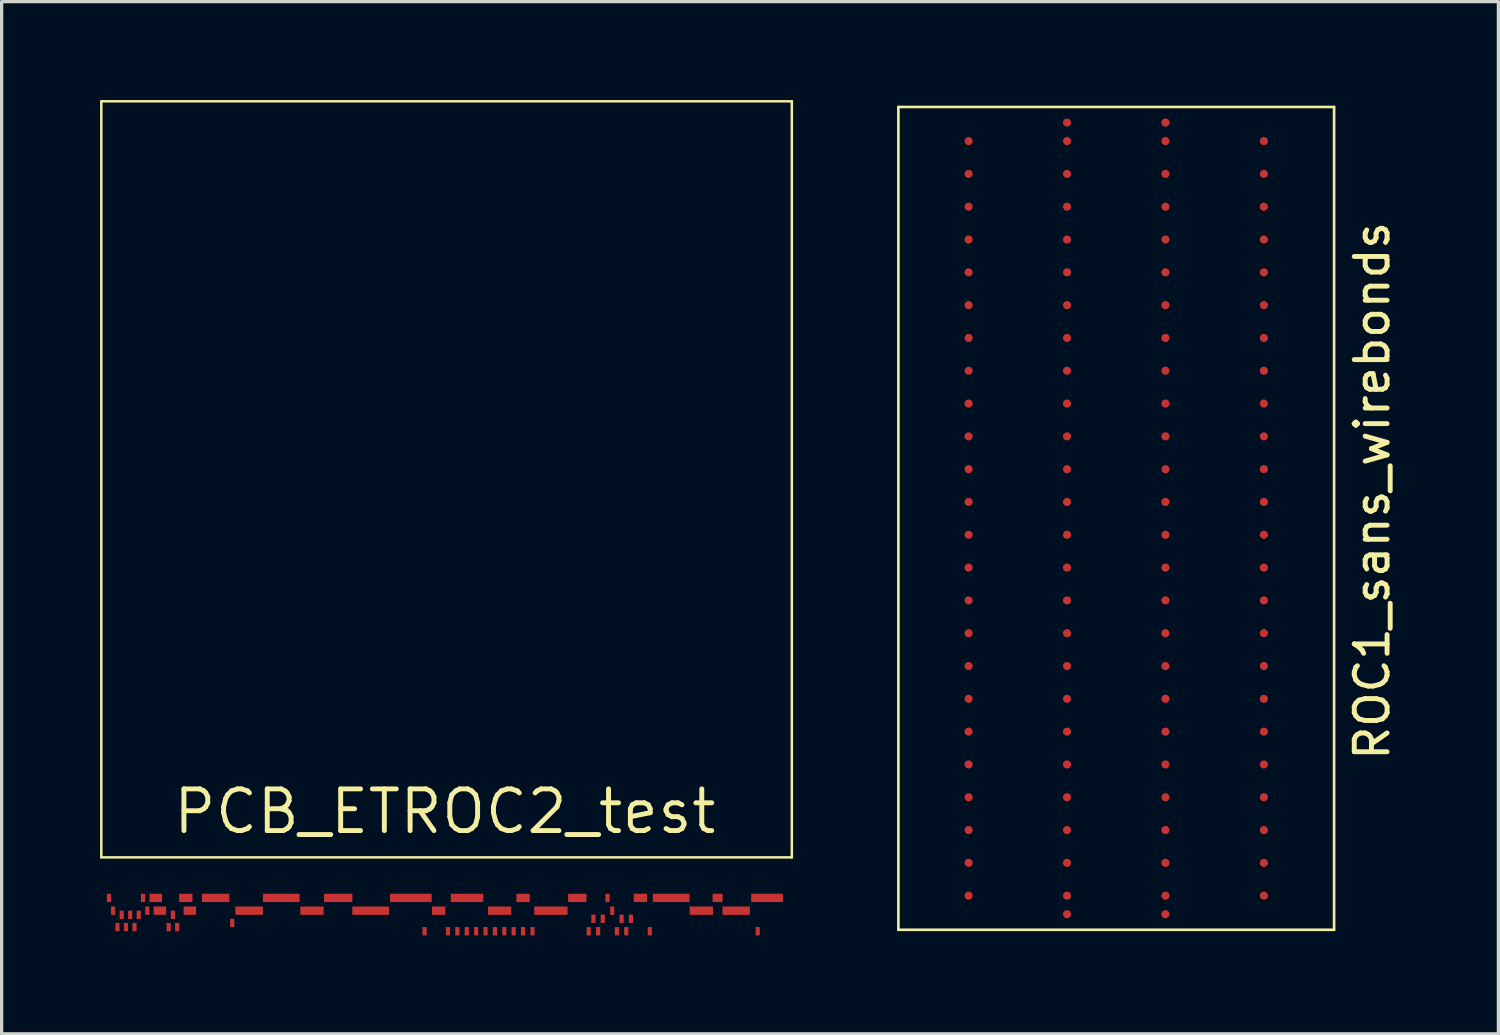
<source format=kicad_pcb>
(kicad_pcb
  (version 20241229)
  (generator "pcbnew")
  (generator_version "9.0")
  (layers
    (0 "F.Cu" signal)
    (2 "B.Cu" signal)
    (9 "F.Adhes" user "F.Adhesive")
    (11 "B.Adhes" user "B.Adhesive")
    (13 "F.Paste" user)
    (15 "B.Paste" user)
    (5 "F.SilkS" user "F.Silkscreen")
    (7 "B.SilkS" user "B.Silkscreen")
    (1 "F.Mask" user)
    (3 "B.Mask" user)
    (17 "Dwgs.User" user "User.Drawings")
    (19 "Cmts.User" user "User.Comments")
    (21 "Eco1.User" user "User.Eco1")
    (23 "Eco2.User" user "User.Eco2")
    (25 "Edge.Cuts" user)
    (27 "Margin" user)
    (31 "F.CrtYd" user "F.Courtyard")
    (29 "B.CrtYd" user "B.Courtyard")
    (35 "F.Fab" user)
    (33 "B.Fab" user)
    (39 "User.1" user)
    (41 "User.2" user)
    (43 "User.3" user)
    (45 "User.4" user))
  (footprint "PCB_ETROC2_test"
    (layer "F.Cu")
    (at 10.509 21.686)
    (property "Reference" "PCB_ETROC2_test" (at 0 0 0) (layer "F.SilkS") (effects (font (size 1.27 1.27) (thickness 0.15))))
    (attr through_hole)
    (fp_line (start -10.471 -21.648) (end 10.576 -21.648) (stroke (width 0.076) (type solid)) (layer "F.SilkS"))
    (fp_line (start -10.471 1.397) (end -10.471 -21.648) (stroke (width 0.076) (type solid)) (layer "F.SilkS"))
    (fp_line (start 10.576 -21.648) (end 10.576 1.397) (stroke (width 0.076) (type solid)) (layer "F.SilkS"))
    (fp_line (start 10.576 1.397) (end -10.471 1.397) (stroke (width 0.076) (type solid)) (layer "F.SilkS"))
    (pad "1" smd rect (at -10.24 2.632) (size 0.127 0.254) (layers "F.Cu" "F.Mask"))
    (pad "2" smd rect (at -10.11 3.021) (size 0.127 0.254) (layers "F.Cu" "F.Mask"))
    (pad "3" smd rect (at -9.98 3.521) (size 0.127 0.254) (layers "F.Cu" "F.Mask"))
    (pad "4" smd rect (at -9.849 3.148) (size 0.127 0.254) (layers "F.Cu" "F.Mask"))
    (pad "5" smd rect (at -9.719 3.521) (size 0.127 0.254) (layers "F.Cu" "F.Mask"))
    (pad "6" smd rect (at -9.59 3.148) (size 0.127 0.254) (layers "F.Cu" "F.Mask"))
    (pad "7" smd rect (at -9.46 3.521) (size 0.127 0.254) (layers "F.Cu" "F.Mask"))
    (pad "8" smd rect (at -9.33 3.148) (size 0.127 0.254) (layers "F.Cu" "F.Mask"))
    (pad "9" smd rect (at -9.199 2.632) (size 0.127 0.254) (layers "F.Cu" "F.Mask"))
    (pad "10" smd rect (at -9.069 3.021) (size 0.127 0.254) (layers "F.Cu" "F.Mask"))
    (pad "11" smd rect (at -8.81 2.632) (size 0.381 0.254) (layers "F.Cu" "F.Mask"))
    (pad "12" smd rect (at -8.686 3.021) (size 0.381 0.254) (layers "F.Cu" "F.Mask"))
    (pad "13" smd rect (at -8.419 3.521) (size 0.127 0.254) (layers "F.Cu" "F.Mask"))
    (pad "14" smd rect (at -8.289 3.148) (size 0.127 0.254) (layers "F.Cu" "F.Mask"))
    (pad "15" smd rect (at -8.16 3.521) (size 0.127 0.254) (layers "F.Cu" "F.Mask"))
    (pad "16" smd rect (at -7.896 2.632) (size 0.406 0.254) (layers "F.Cu" "F.Mask"))
    (pad "17" smd rect (at -7.773 3.021) (size 0.381 0.254) (layers "F.Cu" "F.Mask"))
    (pad "19" smd rect (at -6.987 2.632) (size 0.838 0.254) (layers "F.Cu" "F.Mask"))
    (pad "20" smd rect (at -6.481 3.394) (size 0.127 0.254) (layers "F.Cu" "F.Mask"))
    (pad "21" smd rect (at -5.965 3.021) (size 0.838 0.254) (layers "F.Cu" "F.Mask"))
    (pad "22" smd rect (at -4.986 2.632) (size 1.118 0.254) (layers "F.Cu" "F.Mask"))
    (pad "23" smd rect (at -4.05 3.021) (size 0.711 0.254) (layers "F.Cu" "F.Mask"))
    (pad "24" smd rect (at -3.251 2.632) (size 0.864 0.254) (layers "F.Cu" "F.Mask"))
    (pad "25" smd rect (at -2.262 3.021) (size 1.118 0.254) (layers "F.Cu" "F.Mask"))
    (pad "26" smd rect (at -1.038 2.632) (size 1.27 0.254) (layers "F.Cu" "F.Mask"))
    (pad "27" smd rect (at -0.619 3.648) (size 0.127 0.254) (layers "F.Cu" "F.Mask"))
    (pad "28" smd rect (at -0.19 3.021) (size 0.406 0.254) (layers "F.Cu" "F.Mask"))
    (pad "29" smd rect (at 0.096 3.648) (size 0.127 0.254) (layers "F.Cu" "F.Mask"))
    (pad "30" smd rect (at 0.382 3.648) (size 0.127 0.254) (layers "F.Cu" "F.Mask"))
    (pad "31" smd rect (at 0.668 3.648) (size 0.127 0.254) (layers "F.Cu" "F.Mask"))
    (pad "32" smd rect (at 0.677 2.632) (size 0.991 0.254) (layers "F.Cu" "F.Mask"))
    (pad "33" smd rect (at 0.954 3.648) (size 0.127 0.254) (layers "F.Cu" "F.Mask"))
    (pad "34" smd rect (at 1.24 3.648) (size 0.127 0.254) (layers "F.Cu" "F.Mask"))
    (pad "35" smd rect (at 1.526 3.648) (size 0.127 0.254) (layers "F.Cu" "F.Mask"))
    (pad "36" smd rect (at 1.669 3.021) (size 0.711 0.254) (layers "F.Cu" "F.Mask"))
    (pad "37" smd rect (at 1.812 3.648) (size 0.127 0.254) (layers "F.Cu" "F.Mask"))
    (pad "38" smd rect (at 2.098 3.648) (size 0.127 0.254) (layers "F.Cu" "F.Mask"))
    (pad "39" smd rect (at 2.384 2.632) (size 0.406 0.254) (layers "F.Cu" "F.Mask"))
    (pad "40" smd rect (at 2.384 3.648) (size 0.127 0.254) (layers "F.Cu" "F.Mask"))
    (pad "41" smd rect (at 2.67 3.648) (size 0.127 0.254) (layers "F.Cu" "F.Mask"))
    (pad "42" smd rect (at 3.231 3.021) (size 1.016 0.254) (layers "F.Cu" "F.Mask"))
    (pad "43" smd rect (at 4.036 2.632) (size 0.559 0.254) (layers "F.Cu" "F.Mask"))
    (pad "44" smd rect (at 4.386 3.648) (size 0.127 0.254) (layers "F.Cu" "F.Mask"))
    (pad "45" smd rect (at 4.529 3.267) (size 0.127 0.254) (layers "F.Cu" "F.Mask"))
    (pad "46" smd rect (at 4.672 3.648) (size 0.127 0.254) (layers "F.Cu" "F.Mask"))
    (pad "47" smd rect (at 4.815 3.267) (size 0.127 0.254) (layers "F.Cu" "F.Mask"))
    (pad "48" smd rect (at 4.958 2.632) (size 0.127 0.254) (layers "F.Cu" "F.Mask"))
    (pad "49" smd rect (at 5.101 3.021) (size 0.127 0.254) (layers "F.Cu" "F.Mask"))
    (pad "50" smd rect (at 5.244 3.648) (size 0.127 0.254) (layers "F.Cu" "F.Mask"))
    (pad "51" smd rect (at 5.387 3.267) (size 0.127 0.254) (layers "F.Cu" "F.Mask"))
    (pad "52" smd rect (at 5.53 3.648) (size 0.127 0.254) (layers "F.Cu" "F.Mask"))
    (pad "53" smd rect (at 5.673 3.267) (size 0.127 0.254) (layers "F.Cu" "F.Mask"))
    (pad "54" smd rect (at 5.959 2.632) (size 0.406 0.254) (layers "F.Cu" "F.Mask"))
    (pad "55" smd rect (at 6.245 3.648) (size 0.127 0.254) (layers "F.Cu" "F.Mask"))
    (pad "56" smd rect (at 6.898 2.632) (size 1.118 0.254) (layers "F.Cu" "F.Mask"))
    (pad "57" smd rect (at 7.819 3.021) (size 0.711 0.254) (layers "F.Cu" "F.Mask"))
    (pad "58" smd rect (at 8.314 2.632) (size 0.305 0.254) (layers "F.Cu" "F.Mask"))
    (pad "59" smd rect (at 8.88 3.021) (size 0.838 0.254) (layers "F.Cu" "F.Mask"))
    (pad "60" smd rect (at 9.535 3.648) (size 0.127 0.254) (layers "F.Cu" "F.Mask"))
    (pad "61" smd rect (at 9.821 2.632) (size 0.965 0.254) (layers "F.Cu" "F.Mask")))
  (footprint "ROC1_sans_wirebonds"
    (layer "F.Cu")
    (at 24.373 0.25)
    (property "Reference" "ROC1_sans_wirebonds" (at 14.4 11.66 90) (layer "F.SilkS") (effects (font (size 1 1) (thickness 0.15))))
    (attr through_hole)
    (fp_line (start -0.04 -0.04) (end 13.24 -0.04) (stroke (width 0.08) (type solid)) (layer "F.SilkS"))
    (fp_line (start -0.04 25.04) (end -0.04 -0.04) (stroke (width 0.08) (type solid)) (layer "F.SilkS"))
    (fp_line (start 13.24 -0.04) (end 13.24 25.04) (stroke (width 0.08) (type solid)) (layer "F.SilkS"))
    (fp_line (start 13.24 25.04) (end -0.04 25.04) (stroke (width 0.08) (type solid)) (layer "F.SilkS"))
    (pad "BB_1_0" smd roundrect (at 5.1 0.435) (size 0.25 0.25) (layers "F.Cu" "F.Mask" "F.Paste") (roundrect_rratio 0.5))
    (pad "BB_1_1" smd roundrect (at 8.1 0.435) (size 0.25 0.25) (layers "F.Cu" "F.Mask" "F.Paste") (roundrect_rratio 0.5))
    (pad "BB_4_0" smd roundrect (at 5.1 24.565) (size 0.25 0.25) (layers "F.Cu" "F.Mask" "F.Paste") (roundrect_rratio 0.5))
    (pad "BB_4_1" smd roundrect (at 8.1 24.565) (size 0.25 0.25) (layers "F.Cu" "F.Mask" "F.Paste") (roundrect_rratio 0.5))
    (pad "BB_6_0" smd roundrect (at 2.1 1) (size 0.25 0.25) (layers "F.Cu" "F.Mask" "F.Paste") (roundrect_rratio 0.5))
    (pad "BB_6_1" smd roundrect (at 2.1 2) (size 0.25 0.25) (layers "F.Cu" "F.Mask" "F.Paste") (roundrect_rratio 0.5))
    (pad "BB_6_2" smd roundrect (at 2.1 3) (size 0.25 0.25) (layers "F.Cu" "F.Mask" "F.Paste") (roundrect_rratio 0.5))
    (pad "BB_6_3" smd roundrect (at 2.1 4) (size 0.25 0.25) (layers "F.Cu" "F.Mask" "F.Paste") (roundrect_rratio 0.5))
    (pad "BB_6_4" smd roundrect (at 2.1 5) (size 0.25 0.25) (layers "F.Cu" "F.Mask" "F.Paste") (roundrect_rratio 0.5))
    (pad "BB_6_5" smd roundrect (at 2.1 6) (size 0.25 0.25) (layers "F.Cu" "F.Mask" "F.Paste") (roundrect_rratio 0.5))
    (pad "BB_6_6" smd roundrect (at 2.1 7) (size 0.25 0.25) (layers "F.Cu" "F.Mask" "F.Paste") (roundrect_rratio 0.5))
    (pad "BB_6_7" smd roundrect (at 2.1 8) (size 0.25 0.25) (layers "F.Cu" "F.Mask" "F.Paste") (roundrect_rratio 0.5))
    (pad "BB_6_8" smd roundrect (at 2.1 9) (size 0.25 0.25) (layers "F.Cu" "F.Mask" "F.Paste") (roundrect_rratio 0.5))
    (pad "BB_6_9" smd roundrect (at 2.1 10) (size 0.25 0.25) (layers "F.Cu" "F.Mask" "F.Paste") (roundrect_rratio 0.5))
    (pad "BB_6_10" smd roundrect (at 2.1 11) (size 0.25 0.25) (layers "F.Cu" "F.Mask" "F.Paste") (roundrect_rratio 0.5))
    (pad "BB_6_11" smd roundrect (at 2.1 12) (size 0.25 0.25) (layers "F.Cu" "F.Mask" "F.Paste") (roundrect_rratio 0.5))
    (pad "BB_6_12" smd roundrect (at 2.1 13) (size 0.25 0.25) (layers "F.Cu" "F.Mask" "F.Paste") (roundrect_rratio 0.5))
    (pad "BB_6_13" smd roundrect (at 2.1 14) (size 0.25 0.25) (layers "F.Cu" "F.Mask" "F.Paste") (roundrect_rratio 0.5))
    (pad "BB_6_14" smd roundrect (at 2.1 15) (size 0.25 0.25) (layers "F.Cu" "F.Mask" "F.Paste") (roundrect_rratio 0.5))
    (pad "BB_6_15" smd roundrect (at 2.1 16) (size 0.25 0.25) (layers "F.Cu" "F.Mask" "F.Paste") (roundrect_rratio 0.5))
    (pad "BB_6_16" smd roundrect (at 2.1 17) (size 0.25 0.25) (layers "F.Cu" "F.Mask" "F.Paste") (roundrect_rratio 0.5))
    (pad "BB_6_17" smd roundrect (at 2.1 18) (size 0.25 0.25) (layers "F.Cu" "F.Mask" "F.Paste") (roundrect_rratio 0.5))
    (pad "BB_6_18" smd roundrect (at 2.1 19) (size 0.25 0.25) (layers "F.Cu" "F.Mask" "F.Paste") (roundrect_rratio 0.5))
    (pad "BB_6_19" smd roundrect (at 2.1 20) (size 0.25 0.25) (layers "F.Cu" "F.Mask" "F.Paste") (roundrect_rratio 0.5))
    (pad "BB_6_20" smd roundrect (at 2.1 21) (size 0.25 0.25) (layers "F.Cu" "F.Mask" "F.Paste") (roundrect_rratio 0.5))
    (pad "BB_6_21" smd roundrect (at 2.1 22) (size 0.25 0.25) (layers "F.Cu" "F.Mask" "F.Paste") (roundrect_rratio 0.5))
    (pad "BB_6_22" smd roundrect (at 2.1 23) (size 0.25 0.25) (layers "F.Cu" "F.Mask" "F.Paste") (roundrect_rratio 0.5))
    (pad "BB_6_23" smd roundrect (at 2.1 24) (size 0.25 0.25) (layers "F.Cu" "F.Mask" "F.Paste") (roundrect_rratio 0.5))
    (pad "BB_7_0" smd roundrect (at 5.1 1) (size 0.25 0.25) (layers "F.Cu" "F.Mask" "F.Paste") (roundrect_rratio 0.5))
    (pad "BB_7_1" smd roundrect (at 5.1 2) (size 0.25 0.25) (layers "F.Cu" "F.Mask" "F.Paste") (roundrect_rratio 0.5))
    (pad "BB_7_2" smd roundrect (at 5.1 3) (size 0.25 0.25) (layers "F.Cu" "F.Mask" "F.Paste") (roundrect_rratio 0.5))
    (pad "BB_7_3" smd roundrect (at 5.1 4) (size 0.25 0.25) (layers "F.Cu" "F.Mask" "F.Paste") (roundrect_rratio 0.5))
    (pad "BB_7_4" smd roundrect (at 5.1 5) (size 0.25 0.25) (layers "F.Cu" "F.Mask" "F.Paste") (roundrect_rratio 0.5))
    (pad "BB_7_5" smd roundrect (at 5.1 6) (size 0.25 0.25) (layers "F.Cu" "F.Mask" "F.Paste") (roundrect_rratio 0.5))
    (pad "BB_7_6" smd roundrect (at 5.1 7) (size 0.25 0.25) (layers "F.Cu" "F.Mask" "F.Paste") (roundrect_rratio 0.5))
    (pad "BB_7_7" smd roundrect (at 5.1 8) (size 0.25 0.25) (layers "F.Cu" "F.Mask" "F.Paste") (roundrect_rratio 0.5))
    (pad "BB_7_8" smd roundrect (at 5.1 9) (size 0.25 0.25) (layers "F.Cu" "F.Mask" "F.Paste") (roundrect_rratio 0.5))
    (pad "BB_7_9" smd roundrect (at 5.1 10) (size 0.25 0.25) (layers "F.Cu" "F.Mask" "F.Paste") (roundrect_rratio 0.5))
    (pad "BB_7_10" smd roundrect (at 5.1 11) (size 0.25 0.25) (layers "F.Cu" "F.Mask" "F.Paste") (roundrect_rratio 0.5))
    (pad "BB_7_11" smd roundrect (at 5.1 12) (size 0.25 0.25) (layers "F.Cu" "F.Mask" "F.Paste") (roundrect_rratio 0.5))
    (pad "BB_7_12" smd roundrect (at 5.1 13) (size 0.25 0.25) (layers "F.Cu" "F.Mask" "F.Paste") (roundrect_rratio 0.5))
    (pad "BB_7_13" smd roundrect (at 5.1 14) (size 0.25 0.25) (layers "F.Cu" "F.Mask" "F.Paste") (roundrect_rratio 0.5))
    (pad "BB_7_14" smd roundrect (at 5.1 15) (size 0.25 0.25) (layers "F.Cu" "F.Mask" "F.Paste") (roundrect_rratio 0.5))
    (pad "BB_7_15" smd roundrect (at 5.1 16) (size 0.25 0.25) (layers "F.Cu" "F.Mask" "F.Paste") (roundrect_rratio 0.5))
    (pad "BB_7_16" smd roundrect (at 5.1 17) (size 0.25 0.25) (layers "F.Cu" "F.Mask" "F.Paste") (roundrect_rratio 0.5))
    (pad "BB_7_17" smd roundrect (at 5.1 18) (size 0.25 0.25) (layers "F.Cu" "F.Mask" "F.Paste") (roundrect_rratio 0.5))
    (pad "BB_7_18" smd roundrect (at 5.1 19) (size 0.25 0.25) (layers "F.Cu" "F.Mask" "F.Paste") (roundrect_rratio 0.5))
    (pad "BB_7_19" smd roundrect (at 5.1 20) (size 0.25 0.25) (layers "F.Cu" "F.Mask" "F.Paste") (roundrect_rratio 0.5))
    (pad "BB_7_20" smd roundrect (at 5.1 21) (size 0.25 0.25) (layers "F.Cu" "F.Mask" "F.Paste") (roundrect_rratio 0.5))
    (pad "BB_7_21" smd roundrect (at 5.1 22) (size 0.25 0.25) (layers "F.Cu" "F.Mask" "F.Paste") (roundrect_rratio 0.5))
    (pad "BB_7_22" smd roundrect (at 5.1 23) (size 0.25 0.25) (layers "F.Cu" "F.Mask" "F.Paste") (roundrect_rratio 0.5))
    (pad "BB_7_23" smd roundrect (at 5.1 24) (size 0.25 0.25) (layers "F.Cu" "F.Mask" "F.Paste") (roundrect_rratio 0.5))
    (pad "BB_8_0" smd roundrect (at 8.1 1) (size 0.25 0.25) (layers "F.Cu" "F.Mask" "F.Paste") (roundrect_rratio 0.5))
    (pad "BB_8_1" smd roundrect (at 8.1 2) (size 0.25 0.25) (layers "F.Cu" "F.Mask" "F.Paste") (roundrect_rratio 0.5))
    (pad "BB_8_2" smd roundrect (at 8.1 3) (size 0.25 0.25) (layers "F.Cu" "F.Mask" "F.Paste") (roundrect_rratio 0.5))
    (pad "BB_8_3" smd roundrect (at 8.1 4) (size 0.25 0.25) (layers "F.Cu" "F.Mask" "F.Paste") (roundrect_rratio 0.5))
    (pad "BB_8_4" smd roundrect (at 8.1 5) (size 0.25 0.25) (layers "F.Cu" "F.Mask" "F.Paste") (roundrect_rratio 0.5))
    (pad "BB_8_5" smd roundrect (at 8.1 6) (size 0.25 0.25) (layers "F.Cu" "F.Mask" "F.Paste") (roundrect_rratio 0.5))
    (pad "BB_8_6" smd roundrect (at 8.1 7) (size 0.25 0.25) (layers "F.Cu" "F.Mask" "F.Paste") (roundrect_rratio 0.5))
    (pad "BB_8_7" smd roundrect (at 8.1 8) (size 0.25 0.25) (layers "F.Cu" "F.Mask" "F.Paste") (roundrect_rratio 0.5))
    (pad "BB_8_8" smd roundrect (at 8.1 9) (size 0.25 0.25) (layers "F.Cu" "F.Mask" "F.Paste") (roundrect_rratio 0.5))
    (pad "BB_8_9" smd roundrect (at 8.1 10) (size 0.25 0.25) (layers "F.Cu" "F.Mask" "F.Paste") (roundrect_rratio 0.5))
    (pad "BB_8_10" smd roundrect (at 8.1 11) (size 0.25 0.25) (layers "F.Cu" "F.Mask" "F.Paste") (roundrect_rratio 0.5))
    (pad "BB_8_11" smd roundrect (at 8.1 12) (size 0.25 0.25) (layers "F.Cu" "F.Mask" "F.Paste") (roundrect_rratio 0.5))
    (pad "BB_8_12" smd roundrect (at 8.1 13) (size 0.25 0.25) (layers "F.Cu" "F.Mask" "F.Paste") (roundrect_rratio 0.5))
    (pad "BB_8_13" smd roundrect (at 8.1 14) (size 0.25 0.25) (layers "F.Cu" "F.Mask" "F.Paste") (roundrect_rratio 0.5))
    (pad "BB_8_14" smd roundrect (at 8.1 15) (size 0.25 0.25) (layers "F.Cu" "F.Mask" "F.Paste") (roundrect_rratio 0.5))
    (pad "BB_8_15" smd roundrect (at 8.1 16) (size 0.25 0.25) (layers "F.Cu" "F.Mask" "F.Paste") (roundrect_rratio 0.5))
    (pad "BB_8_16" smd roundrect (at 8.1 17) (size 0.25 0.25) (layers "F.Cu" "F.Mask" "F.Paste") (roundrect_rratio 0.5))
    (pad "BB_8_17" smd roundrect (at 8.1 18) (size 0.25 0.25) (layers "F.Cu" "F.Mask" "F.Paste") (roundrect_rratio 0.5))
    (pad "BB_8_18" smd roundrect (at 8.1 19) (size 0.25 0.25) (layers "F.Cu" "F.Mask" "F.Paste") (roundrect_rratio 0.5))
    (pad "BB_8_19" smd roundrect (at 8.1 20) (size 0.25 0.25) (layers "F.Cu" "F.Mask" "F.Paste") (roundrect_rratio 0.5))
    (pad "BB_8_20" smd roundrect (at 8.1 21) (size 0.25 0.25) (layers "F.Cu" "F.Mask" "F.Paste") (roundrect_rratio 0.5))
    (pad "BB_8_21" smd roundrect (at 8.1 22) (size 0.25 0.25) (layers "F.Cu" "F.Mask" "F.Paste") (roundrect_rratio 0.5))
    (pad "BB_8_22" smd roundrect (at 8.1 23) (size 0.25 0.25) (layers "F.Cu" "F.Mask" "F.Paste") (roundrect_rratio 0.5))
    (pad "BB_8_23" smd roundrect (at 8.1 24) (size 0.25 0.25) (layers "F.Cu" "F.Mask" "F.Paste") (roundrect_rratio 0.5))
    (pad "BB_9_0" smd roundrect (at 11.1 1) (size 0.25 0.25) (layers "F.Cu" "F.Mask" "F.Paste") (roundrect_rratio 0.5))
    (pad "BB_9_1" smd roundrect (at 11.1 2) (size 0.25 0.25) (layers "F.Cu" "F.Mask" "F.Paste") (roundrect_rratio 0.5))
    (pad "BB_9_2" smd roundrect (at 11.1 3) (size 0.25 0.25) (layers "F.Cu" "F.Mask" "F.Paste") (roundrect_rratio 0.5))
    (pad "BB_9_3" smd roundrect (at 11.1 4) (size 0.25 0.25) (layers "F.Cu" "F.Mask" "F.Paste") (roundrect_rratio 0.5))
    (pad "BB_9_4" smd roundrect (at 11.1 5) (size 0.25 0.25) (layers "F.Cu" "F.Mask" "F.Paste") (roundrect_rratio 0.5))
    (pad "BB_9_5" smd roundrect (at 11.1 6) (size 0.25 0.25) (layers "F.Cu" "F.Mask" "F.Paste") (roundrect_rratio 0.5))
    (pad "BB_9_6" smd roundrect (at 11.1 7) (size 0.25 0.25) (layers "F.Cu" "F.Mask" "F.Paste") (roundrect_rratio 0.5))
    (pad "BB_9_7" smd roundrect (at 11.1 8) (size 0.25 0.25) (layers "F.Cu" "F.Mask" "F.Paste") (roundrect_rratio 0.5))
    (pad "BB_9_8" smd roundrect (at 11.1 9) (size 0.25 0.25) (layers "F.Cu" "F.Mask" "F.Paste") (roundrect_rratio 0.5))
    (pad "BB_9_9" smd roundrect (at 11.1 10) (size 0.25 0.25) (layers "F.Cu" "F.Mask" "F.Paste") (roundrect_rratio 0.5))
    (pad "BB_9_10" smd roundrect (at 11.1 11) (size 0.25 0.25) (layers "F.Cu" "F.Mask" "F.Paste") (roundrect_rratio 0.5))
    (pad "BB_9_11" smd roundrect (at 11.1 12) (size 0.25 0.25) (layers "F.Cu" "F.Mask" "F.Paste") (roundrect_rratio 0.5))
    (pad "BB_9_12" smd roundrect (at 11.1 13) (size 0.25 0.25) (layers "F.Cu" "F.Mask" "F.Paste") (roundrect_rratio 0.5))
    (pad "BB_9_13" smd roundrect (at 11.1 14) (size 0.25 0.25) (layers "F.Cu" "F.Mask" "F.Paste") (roundrect_rratio 0.5))
    (pad "BB_9_14" smd roundrect (at 11.1 15) (size 0.25 0.25) (layers "F.Cu" "F.Mask" "F.Paste") (roundrect_rratio 0.5))
    (pad "BB_9_15" smd roundrect (at 11.1 16) (size 0.25 0.25) (layers "F.Cu" "F.Mask" "F.Paste") (roundrect_rratio 0.5))
    (pad "BB_9_16" smd roundrect (at 11.1 17) (size 0.25 0.25) (layers "F.Cu" "F.Mask" "F.Paste") (roundrect_rratio 0.5))
    (pad "BB_9_17" smd roundrect (at 11.1 18) (size 0.25 0.25) (layers "F.Cu" "F.Mask" "F.Paste") (roundrect_rratio 0.5))
    (pad "BB_9_18" smd roundrect (at 11.1 19) (size 0.25 0.25) (layers "F.Cu" "F.Mask" "F.Paste") (roundrect_rratio 0.5))
    (pad "BB_9_19" smd roundrect (at 11.1 20) (size 0.25 0.25) (layers "F.Cu" "F.Mask" "F.Paste") (roundrect_rratio 0.5))
    (pad "BB_9_20" smd roundrect (at 11.1 21) (size 0.25 0.25) (layers "F.Cu" "F.Mask" "F.Paste") (roundrect_rratio 0.5))
    (pad "BB_9_21" smd roundrect (at 11.1 22) (size 0.25 0.25) (layers "F.Cu" "F.Mask" "F.Paste") (roundrect_rratio 0.5))
    (pad "BB_9_22" smd roundrect (at 11.1 23) (size 0.25 0.25) (layers "F.Cu" "F.Mask" "F.Paste") (roundrect_rratio 0.5))
    (pad "BB_9_23" smd roundrect (at 11.1 24) (size 0.25 0.25) (layers "F.Cu" "F.Mask" "F.Paste") (roundrect_rratio 0.5)))
  (gr_rect
    (start -3 -3)
    (end 42.621 28.461)
    (stroke (width 0.1) (type default))
    (fill no)
    (layer "Edge.Cuts")))
</source>
